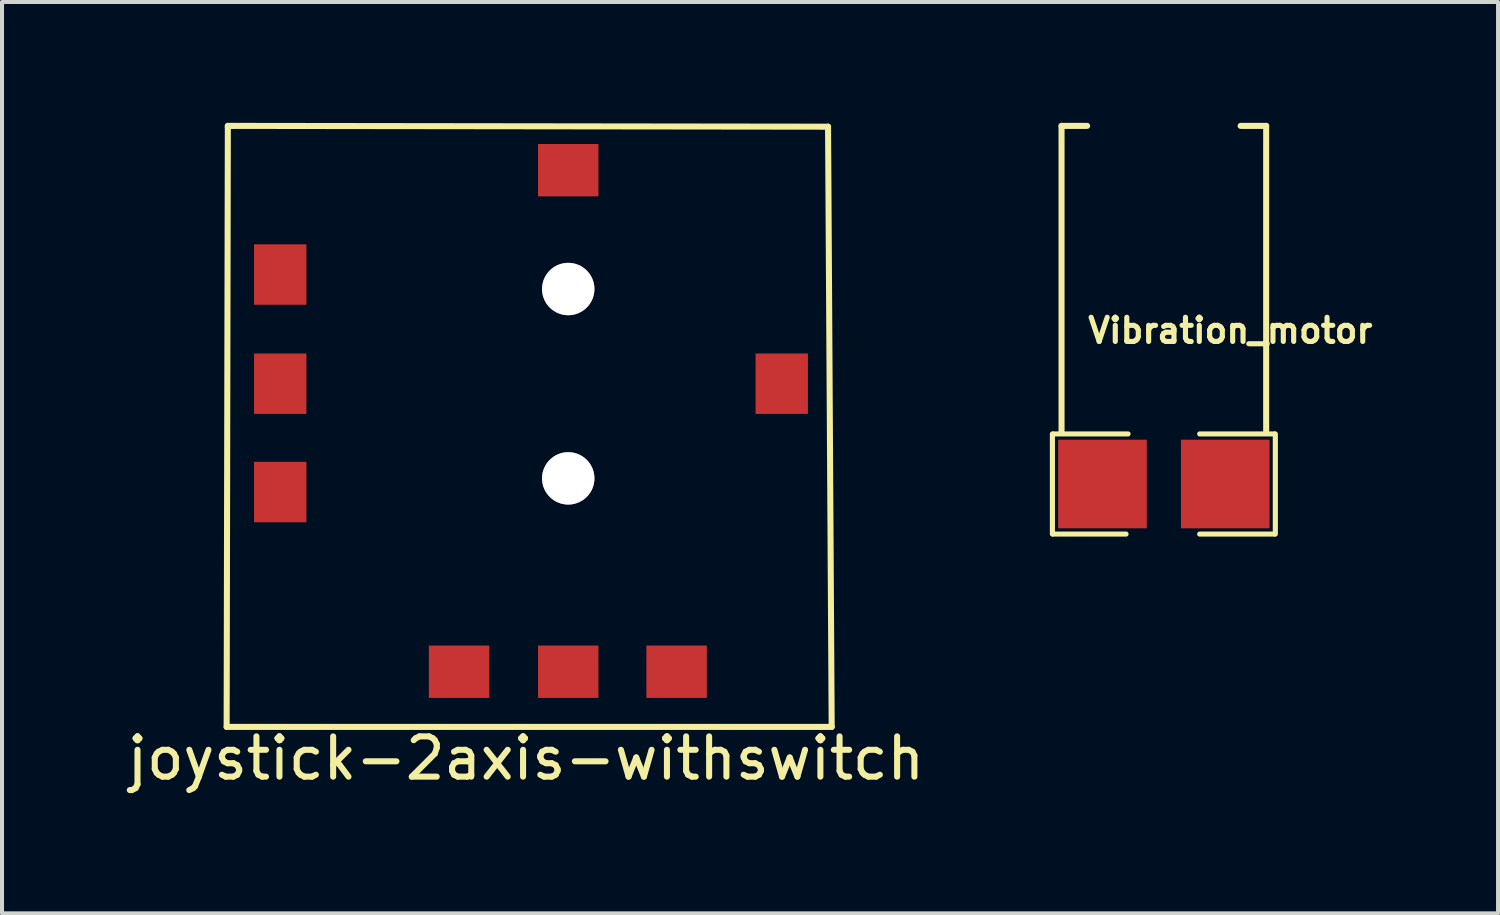
<source format=kicad_pcb>
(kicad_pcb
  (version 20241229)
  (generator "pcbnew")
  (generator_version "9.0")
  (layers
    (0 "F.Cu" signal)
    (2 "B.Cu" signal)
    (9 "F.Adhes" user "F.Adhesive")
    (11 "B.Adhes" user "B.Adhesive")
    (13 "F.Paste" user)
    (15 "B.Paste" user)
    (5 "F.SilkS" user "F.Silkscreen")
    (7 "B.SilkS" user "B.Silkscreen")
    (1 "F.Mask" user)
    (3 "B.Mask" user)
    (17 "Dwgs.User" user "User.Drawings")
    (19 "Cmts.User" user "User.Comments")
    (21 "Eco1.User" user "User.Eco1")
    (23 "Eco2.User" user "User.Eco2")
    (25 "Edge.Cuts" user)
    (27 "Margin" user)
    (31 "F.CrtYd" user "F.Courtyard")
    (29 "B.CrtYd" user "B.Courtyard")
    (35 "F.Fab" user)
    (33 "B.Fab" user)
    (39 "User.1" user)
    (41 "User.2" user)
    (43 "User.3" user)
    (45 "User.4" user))
  (footprint "joystick-2axis-withswitch"
    (layer "F.Cu")
    (at 11.056 6.475)
    (property "Reference" "joystick-2axis-withswitch" (at -1.05 9.3 0) (layer "F.SilkS") (effects (font (size 1 1) (thickness 0.15))))
    (attr through_hole)
    (fp_line (start -8.48 8.52) (end -8.45 -6.36) (stroke (width 0.15) (type solid)) (layer "F.SilkS"))
    (fp_line (start -8.45 -6.4) (end -8.35 -6.4) (stroke (width 0.15) (type solid)) (layer "F.SilkS"))
    (fp_line (start -8.45 -6.36) (end -8.45 -6.4) (stroke (width 0.15) (type solid)) (layer "F.SilkS"))
    (fp_line (start -8.35 -6.4) (end 6.45 -6.38) (stroke (width 0.15) (type solid)) (layer "F.SilkS"))
    (fp_line (start 6.45 -6.38) (end 6.54 8.52) (stroke (width 0.15) (type solid)) (layer "F.SilkS"))
    (fp_line (start 6.54 8.52) (end -8.48 8.52) (stroke (width 0.15) (type solid)) (layer "F.SilkS"))
    (pad "" thru_hole circle (at 0 -2.35) (size 1.3 1.3) (drill 1.3) (layers "*.Cu" "*.Mask"))
    (pad "" thru_hole circle (at 0 2.35) (size 1.3 1.3) (drill 1.3) (layers "*.Cu" "*.Mask"))
    (pad "1" smd rect (at -7.15 -2.71) (size 1.3 1.5) (layers "F.Cu" "F.Mask" "F.Paste"))
    (pad "2" smd rect (at -7.15 0) (size 1.3 1.5) (layers "F.Cu" "F.Mask" "F.Paste"))
    (pad "3" smd rect (at -7.15 2.69) (size 1.3 1.5) (layers "F.Cu" "F.Mask" "F.Paste"))
    (pad "4" smd rect (at -2.71 7.15) (size 1.5 1.3) (layers "F.Cu" "F.Mask" "F.Paste"))
    (pad "5" smd rect (at 0 7.15) (size 1.5 1.3) (layers "F.Cu" "F.Mask" "F.Paste"))
    (pad "6" smd rect (at 2.69 7.15) (size 1.5 1.3) (layers "F.Cu" "F.Mask" "F.Paste"))
    (pad "7" smd rect (at 0 -5.3) (size 1.5 1.3) (layers "F.Cu" "F.Mask" "F.Paste"))
    (pad "8" smd rect (at 5.3 0) (size 1.3 1.5) (layers "F.Cu" "F.Mask" "F.Paste")))
  (footprint "Vibration_motor"
    (layer "F.Cu")
    (at 25.842 8.965)
    (property "Reference" "Vibration_motor" (at 1.651 -3.81 180) (layer "F.SilkS") (effects (font (size 0.6 0.6) (thickness 0.127))))
    (attr smd)
    (fp_line (start -2.767 -1.243) (end -2.767 1.243) (stroke (width 0.127) (type solid)) (layer "F.SilkS"))
    (fp_line (start -2.74 1.243) (end -0.939 1.243) (stroke (width 0.127) (type solid)) (layer "F.SilkS"))
    (fp_line (start -2.54 -8.89) (end -2.54 -1.27) (stroke (width 0.15) (type solid)) (layer "F.SilkS"))
    (fp_line (start -1.905 -8.89) (end -2.54 -8.89) (stroke (width 0.15) (type solid)) (layer "F.SilkS"))
    (fp_line (start -0.889 -1.243) (end -2.74 -1.243) (stroke (width 0.127) (type solid)) (layer "F.SilkS"))
    (fp_line (start 0.889 -1.243) (end 2.74 -1.243) (stroke (width 0.127) (type solid)) (layer "F.SilkS"))
    (fp_line (start 1.905 -8.89) (end 2.54 -8.89) (stroke (width 0.15) (type solid)) (layer "F.SilkS"))
    (fp_line (start 2.54 -8.89) (end 2.54 -1.27) (stroke (width 0.15) (type solid)) (layer "F.SilkS"))
    (fp_line (start 2.74 1.243) (end 0.889 1.243) (stroke (width 0.127) (type solid)) (layer "F.SilkS"))
    (fp_line (start 2.767 -1.243) (end 2.767 1.243) (stroke (width 0.127) (type solid)) (layer "F.SilkS"))
    (pad "1" smd rect (at -1.524 0) (size 2.2 2.2) (layers "F.Cu" "F.Mask" "F.Paste"))
    (pad "2" smd rect (at 1.524 0) (size 2.2 2.2) (layers "F.Cu" "F.Mask" "F.Paste")))
  (gr_rect
    (start -3 -3)
    (end 34.138 19.623)
    (stroke (width 0.1) (type default))
    (fill no)
    (layer "Edge.Cuts")))
</source>
